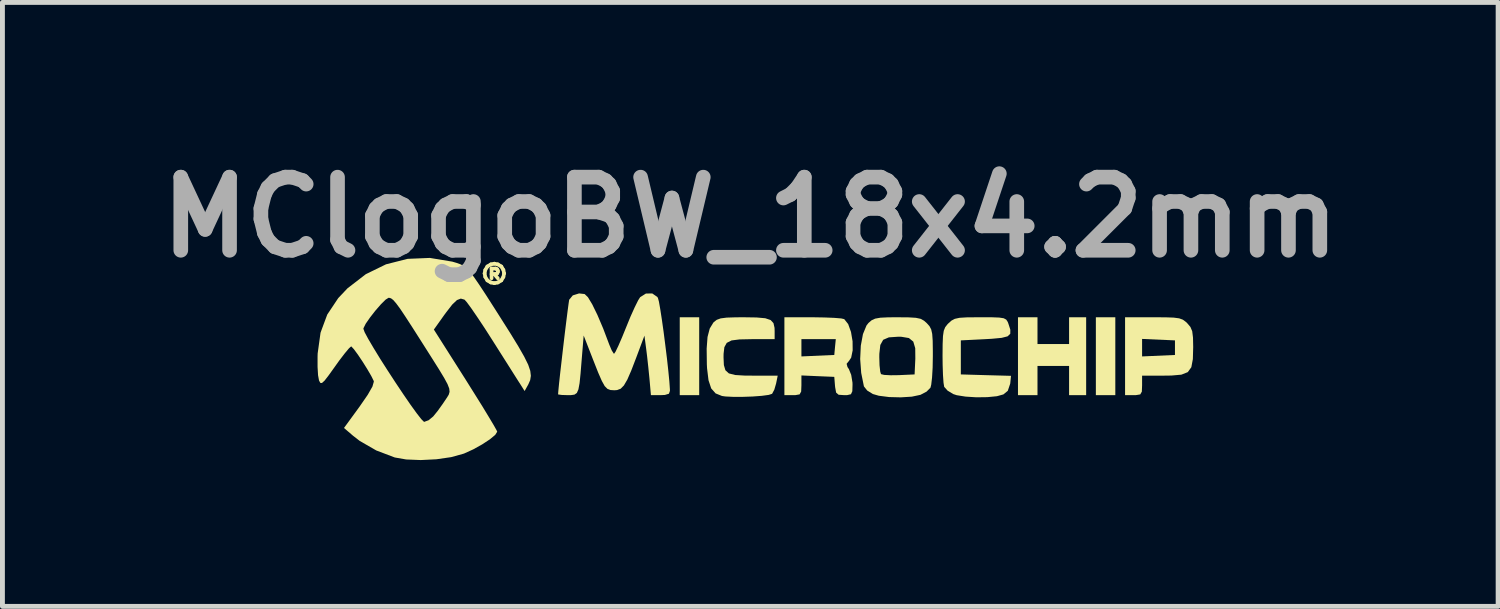
<source format=kicad_pcb>
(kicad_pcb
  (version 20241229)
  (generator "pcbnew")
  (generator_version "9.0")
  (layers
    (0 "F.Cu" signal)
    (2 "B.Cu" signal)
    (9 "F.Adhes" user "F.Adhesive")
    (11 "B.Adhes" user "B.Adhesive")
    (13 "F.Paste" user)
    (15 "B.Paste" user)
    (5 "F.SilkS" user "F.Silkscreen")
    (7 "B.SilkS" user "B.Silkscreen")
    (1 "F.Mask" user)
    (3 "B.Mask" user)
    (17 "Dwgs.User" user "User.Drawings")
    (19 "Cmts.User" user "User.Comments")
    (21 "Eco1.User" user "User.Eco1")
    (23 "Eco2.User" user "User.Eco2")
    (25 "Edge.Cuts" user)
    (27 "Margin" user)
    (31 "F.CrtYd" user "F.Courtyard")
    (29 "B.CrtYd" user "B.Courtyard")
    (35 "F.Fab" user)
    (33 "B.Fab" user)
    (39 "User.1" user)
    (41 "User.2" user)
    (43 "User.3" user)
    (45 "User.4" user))
  (footprint "MClogoBW_18x4.2mm"
    (layer "F.Cu")
    (at 12.436 4.304)
    (property "Reference" "MClogoBW_18x4.2mm" (at -0.1 -2.9 0) (layer "F.Fab") (effects (font (size 1.5 1.5) (thickness 0.3))))
    (attr board_only exclude_from_pos_files exclude_from_bom)
    (fp_poly (pts (xy -1.148 -0.05) (xy -1.148 0.749) (xy -1.347 0.749) (xy -1.547 0.749) (xy -1.547 -0.05) (xy -1.547 -0.848) (xy -1.347 -0.848) (xy -1.148 -0.848)) (stroke (width 0) (type solid)) (fill yes) (layer "F.SilkS"))
    (fp_poly (pts (xy 7.385 -0.05) (xy 7.385 0.749) (xy 7.186 0.749) (xy 6.986 0.749) (xy 6.986 -0.05) (xy 6.986 -0.848) (xy 7.186 -0.848) (xy 7.385 -0.848)) (stroke (width 0) (type solid)) (fill yes) (layer "F.SilkS"))
    (fp_poly (pts (xy 5.789 -0.574) (xy 5.789 -0.299) (xy 6.113 -0.299) (xy 6.437 -0.299) (xy 6.437 -0.574) (xy 6.437 -0.848) (xy 6.612 -0.848) (xy 6.787 -0.848) (xy 6.787 -0.05) (xy 6.787 0.749) (xy 6.612 0.749) (xy 6.437 0.749) (xy 6.437 0.449) (xy 6.437 0.15) (xy 6.113 0.15) (xy 5.789 0.15) (xy 5.789 0.449) (xy 5.789 0.749) (xy 5.589 0.749) (xy 5.389 0.749) (xy 5.389 -0.05) (xy 5.389 -0.848) (xy 5.589 -0.848) (xy 5.789 -0.848)) (stroke (width 0) (type solid)) (fill yes) (layer "F.SilkS"))
    (fp_poly (pts (xy 8.411 -0.847) (xy 8.582 -0.841) (xy 8.694 -0.826) (xy 8.769 -0.799) (xy 8.828 -0.756) (xy 8.86 -0.726) (xy 8.925 -0.649) (xy 8.962 -0.561) (xy 8.978 -0.432) (xy 8.982 -0.238) (xy 8.975 0.01) (xy 8.944 0.176) (xy 8.871 0.277) (xy 8.74 0.329) (xy 8.536 0.347) (xy 8.381 0.349) (xy 7.934 0.349) (xy 7.934 0.549) (xy 7.929 0.677) (xy 7.896 0.734) (xy 7.811 0.748) (xy 7.76 0.749) (xy 7.585 0.749) (xy 7.585 -0.05) (xy 7.585 -0.404) (xy 7.934 -0.404) (xy 7.934 -0.225) (xy 7.934 -0.045) (xy 8.271 -0.06) (xy 8.608 -0.075) (xy 8.608 -0.225) (xy 8.608 -0.374) (xy 8.271 -0.389) (xy 7.934 -0.404) (xy 7.585 -0.404) (xy 7.585 -0.848) (xy 8.161 -0.848)) (stroke (width 0) (type solid)) (fill yes) (layer "F.SilkS"))
    (fp_poly (pts (xy 4.849 -0.848) (xy 5.003 -0.842) (xy 5.096 -0.828) (xy 5.148 -0.8) (xy 5.178 -0.754) (xy 5.193 -0.715) (xy 5.232 -0.593) (xy 5.231 -0.51) (xy 5.176 -0.457) (xy 5.055 -0.426) (xy 4.854 -0.407) (xy 4.715 -0.399) (xy 4.217 -0.374) (xy 4.217 -0.025) (xy 4.217 0.324) (xy 4.731 0.339) (xy 5.246 0.353) (xy 5.23 0.512) (xy 5.18 0.66) (xy 5.09 0.734) (xy 4.957 0.771) (xy 4.761 0.79) (xy 4.535 0.793) (xy 4.314 0.779) (xy 4.132 0.75) (xy 4.062 0.727) (xy 3.946 0.657) (xy 3.876 0.579) (xy 3.875 0.575) (xy 3.862 0.493) (xy 3.851 0.335) (xy 3.844 0.126) (xy 3.842 -0.056) (xy 3.844 -0.299) (xy 3.851 -0.463) (xy 3.867 -0.571) (xy 3.897 -0.645) (xy 3.944 -0.705) (xy 3.965 -0.726) (xy 4.027 -0.781) (xy 4.094 -0.816) (xy 4.191 -0.837) (xy 4.337 -0.846) (xy 4.557 -0.848) (xy 4.615 -0.848)) (stroke (width 0) (type solid)) (fill yes) (layer "F.SilkS"))
    (fp_poly (pts (xy 0.028 -0.844) (xy 0.207 -0.828) (xy 0.317 -0.791) (xy 0.375 -0.728) (xy 0.397 -0.631) (xy 0.399 -0.564) (xy 0.399 -0.399) (xy -0.073 -0.399) (xy -0.32 -0.394) (xy -0.485 -0.373) (xy -0.583 -0.323) (xy -0.632 -0.235) (xy -0.648 -0.098) (xy -0.649 -0.025) (xy -0.642 0.132) (xy -0.611 0.238) (xy -0.54 0.303) (xy -0.411 0.336) (xy -0.21 0.348) (xy -0.042 0.349) (xy 0.462 0.349) (xy 0.429 0.51) (xy 0.392 0.637) (xy 0.347 0.721) (xy 0.346 0.722) (xy 0.277 0.744) (xy 0.135 0.763) (xy -0.052 0.777) (xy -0.257 0.784) (xy -0.453 0.784) (xy -0.612 0.776) (xy -0.681 0.766) (xy -0.812 0.713) (xy -0.902 0.611) (xy -0.957 0.444) (xy -0.987 0.197) (xy -0.991 0.118) (xy -0.995 -0.205) (xy -0.977 -0.445) (xy -0.932 -0.617) (xy -0.859 -0.737) (xy -0.846 -0.751) (xy -0.788 -0.796) (xy -0.708 -0.825) (xy -0.585 -0.841) (xy -0.398 -0.847) (xy -0.235 -0.848)) (stroke (width 0) (type solid)) (fill yes) (layer "F.SilkS"))
    (fp_poly (pts (xy 1.185 -0.848) (xy 1.42 -0.844) (xy 1.621 -0.836) (xy 1.764 -0.824) (xy 1.826 -0.81) (xy 1.907 -0.708) (xy 1.965 -0.546) (xy 1.997 -0.356) (xy 1.999 -0.169) (xy 1.968 -0.019) (xy 1.922 0.049) (xy 1.875 0.106) (xy 1.893 0.173) (xy 1.922 0.216) (xy 1.969 0.333) (xy 1.995 0.492) (xy 1.996 0.535) (xy 1.992 0.669) (xy 1.964 0.73) (xy 1.889 0.748) (xy 1.824 0.749) (xy 1.711 0.741) (xy 1.66 0.697) (xy 1.64 0.588) (xy 1.637 0.561) (xy 1.622 0.374) (xy 1.285 0.36) (xy 0.948 0.345) (xy 0.948 0.547) (xy 0.943 0.675) (xy 0.911 0.733) (xy 0.828 0.748) (xy 0.773 0.749) (xy 0.599 0.749) (xy 0.599 -0.05) (xy 0.599 -0.399) (xy 0.948 -0.399) (xy 0.948 -0.222) (xy 0.948 -0.045) (xy 1.285 -0.06) (xy 1.622 -0.075) (xy 1.637 -0.237) (xy 1.653 -0.399) (xy 1.301 -0.399) (xy 0.948 -0.399) (xy 0.599 -0.399) (xy 0.599 -0.848)) (stroke (width 0) (type solid)) (fill yes) (layer "F.SilkS"))
    (fp_poly (pts (xy 3.145 -0.846) (xy 3.295 -0.837) (xy 3.393 -0.816) (xy 3.463 -0.777) (xy 3.52 -0.726) (xy 3.574 -0.666) (xy 3.609 -0.6) (xy 3.63 -0.507) (xy 3.64 -0.366) (xy 3.643 -0.154) (xy 3.643 -0.049) (xy 3.639 0.185) (xy 3.627 0.388) (xy 3.61 0.535) (xy 3.594 0.597) (xy 3.514 0.677) (xy 3.39 0.742) (xy 3.387 0.743) (xy 3.212 0.78) (xy 2.985 0.794) (xy 2.746 0.788) (xy 2.535 0.761) (xy 2.413 0.726) (xy 2.297 0.654) (xy 2.231 0.571) (xy 2.229 0.566) (xy 2.174 0.293) (xy 2.153 0.008) (xy 2.155 -0.032) (xy 2.545 -0.032) (xy 2.55 0.138) (xy 2.564 0.265) (xy 2.58 0.318) (xy 2.645 0.334) (xy 2.779 0.341) (xy 2.942 0.339) (xy 3.269 0.324) (xy 3.284 0.001) (xy 3.282 -0.214) (xy 3.242 -0.349) (xy 3.152 -0.422) (xy 2.998 -0.448) (xy 2.931 -0.449) (xy 2.741 -0.436) (xy 2.625 -0.386) (xy 2.566 -0.28) (xy 2.546 -0.099) (xy 2.545 -0.032) (xy 2.155 -0.032) (xy 2.166 -0.266) (xy 2.21 -0.503) (xy 2.283 -0.68) (xy 2.323 -0.731) (xy 2.387 -0.786) (xy 2.46 -0.82) (xy 2.567 -0.839) (xy 2.73 -0.847) (xy 2.919 -0.848)) (stroke (width 0) (type solid)) (fill yes) (layer "F.SilkS"))
    (fp_poly (pts (xy -3.497 -1.324) (xy -3.431 -1.261) (xy -3.342 -1.114) (xy -3.235 -0.895) (xy -3.116 -0.615) (xy -2.992 -0.287) (xy -2.942 -0.169) (xy -2.901 -0.104) (xy -2.893 -0.1) (xy -2.863 -0.143) (xy -2.806 -0.262) (xy -2.73 -0.437) (xy -2.649 -0.636) (xy -2.558 -0.859) (xy -2.471 -1.052) (xy -2.4 -1.195) (xy -2.359 -1.26) (xy -2.24 -1.335) (xy -2.11 -1.336) (xy -2.007 -1.265) (xy -1.994 -1.243) (xy -1.974 -1.169) (xy -1.947 -1.016) (xy -1.914 -0.803) (xy -1.878 -0.549) (xy -1.843 -0.276) (xy -1.809 -0.001) (xy -1.781 0.254) (xy -1.76 0.47) (xy -1.749 0.627) (xy -1.748 0.661) (xy -1.769 0.72) (xy -1.852 0.745) (xy -1.942 0.749) (xy -2.138 0.749) (xy -2.168 0.412) (xy -2.191 0.183) (xy -2.217 -0.054) (xy -2.235 -0.198) (xy -2.271 -0.471) (xy -2.438 -0.024) (xy -2.541 0.244) (xy -2.622 0.43) (xy -2.692 0.55) (xy -2.758 0.617) (xy -2.832 0.645) (xy -2.889 0.649) (xy -2.968 0.644) (xy -3.03 0.62) (xy -3.086 0.563) (xy -3.145 0.457) (xy -3.219 0.288) (xy -3.317 0.04) (xy -3.323 0.025) (xy -3.517 -0.474) (xy -3.558 0.025) (xy -3.581 0.306) (xy -3.601 0.503) (xy -3.625 0.631) (xy -3.657 0.704) (xy -3.705 0.738) (xy -3.773 0.748) (xy -3.843 0.749) (xy -3.968 0.745) (xy -4.037 0.735) (xy -4.042 0.732) (xy -4.036 0.656) (xy -4.021 0.503) (xy -3.998 0.292) (xy -3.969 0.041) (xy -3.938 -0.229) (xy -3.906 -0.5) (xy -3.875 -0.752) (xy -3.848 -0.966) (xy -3.827 -1.123) (xy -3.815 -1.203) (xy -3.814 -1.208) (xy -3.74 -1.297) (xy -3.611 -1.337)) (stroke (width 0) (type solid)) (fill yes) (layer "F.SilkS"))
    (fp_poly (pts (xy -6.212 -1.989) (xy -6.127 -1.964) (xy -6.053 -1.938) (xy -5.988 -1.908) (xy -5.925 -1.861) (xy -5.856 -1.788) (xy -5.77 -1.677) (xy -5.661 -1.519) (xy -5.519 -1.303) (xy -5.336 -1.017) (xy -5.242 -0.869) (xy -5.024 -0.525) (xy -4.857 -0.252) (xy -4.736 -0.04) (xy -4.655 0.124) (xy -4.612 0.251) (xy -4.6 0.353) (xy -4.614 0.441) (xy -4.651 0.526) (xy -4.661 0.544) (xy -4.728 0.665) (xy -4.804 0.544) (xy -4.855 0.465) (xy -4.949 0.317) (xy -5.076 0.116) (xy -5.227 -0.122) (xy -5.386 -0.373) (xy -5.548 -0.626) (xy -5.697 -0.85) (xy -5.821 -1.031) (xy -5.912 -1.155) (xy -5.96 -1.209) (xy -5.96 -1.209) (xy -6.036 -1.231) (xy -6.115 -1.201) (xy -6.212 -1.109) (xy -6.34 -0.944) (xy -6.376 -0.895) (xy -6.589 -0.596) (xy -5.939 0.428) (xy -5.759 0.715) (xy -5.597 0.974) (xy -5.463 1.195) (xy -5.362 1.364) (xy -5.303 1.469) (xy -5.29 1.499) (xy -5.331 1.564) (xy -5.442 1.656) (xy -5.599 1.759) (xy -5.78 1.86) (xy -5.962 1.943) (xy -5.981 1.95) (xy -6.233 2.02) (xy -6.537 2.064) (xy -6.858 2.08) (xy -7.157 2.068) (xy -7.391 2.027) (xy -7.77 1.883) (xy -8.109 1.688) (xy -8.247 1.581) (xy -8.432 1.422) (xy -8.111 0.982) (xy -7.946 0.743) (xy -7.849 0.573) (xy -7.82 0.472) (xy -7.822 0.458) (xy -7.872 0.357) (xy -7.953 0.218) (xy -8.05 0.063) (xy -8.147 -0.082) (xy -8.229 -0.193) (xy -8.28 -0.248) (xy -8.286 -0.25) (xy -8.33 -0.211) (xy -8.416 -0.108) (xy -8.531 0.042) (xy -8.613 0.157) (xy -8.744 0.34) (xy -8.83 0.451) (xy -8.884 0.5) (xy -8.917 0.498) (xy -8.941 0.455) (xy -8.945 0.444) (xy -8.964 0.34) (xy -8.974 0.168) (xy -8.974 -0.039) (xy -8.972 -0.106) (xy -8.913 -0.531) (xy -8.884 -0.611) (xy -8.034 -0.611) (xy -8.008 -0.54) (xy -7.935 -0.404) (xy -7.826 -0.219) (xy -7.691 0.002) (xy -7.537 0.243) (xy -7.376 0.49) (xy -7.217 0.728) (xy -7.07 0.942) (xy -6.943 1.118) (xy -6.847 1.241) (xy -6.792 1.296) (xy -6.787 1.297) (xy -6.696 1.263) (xy -6.602 1.185) (xy -6.512 1.074) (xy -6.405 0.925) (xy -6.365 0.865) (xy -6.317 0.794) (xy -6.283 0.737) (xy -6.267 0.681) (xy -6.274 0.614) (xy -6.309 0.523) (xy -6.377 0.397) (xy -6.482 0.223) (xy -6.63 -0.012) (xy -6.825 -0.319) (xy -6.828 -0.324) (xy -7.021 -0.627) (xy -7.17 -0.857) (xy -7.28 -1.022) (xy -7.362 -1.133) (xy -7.421 -1.201) (xy -7.467 -1.236) (xy -7.505 -1.247) (xy -7.517 -1.248) (xy -7.578 -1.21) (xy -7.675 -1.114) (xy -7.789 -0.983) (xy -7.899 -0.842) (xy -7.987 -0.715) (xy -8.032 -0.625) (xy -8.034 -0.611) (xy -8.884 -0.611) (xy -8.775 -0.904) (xy -8.55 -1.241) (xy -8.36 -1.442) (xy -7.984 -1.732) (xy -7.57 -1.934) (xy -7.128 -2.046) (xy -6.672 -2.065)) (stroke (width 0) (type solid)) (fill yes) (layer "F.SilkS"))
    (fp_text user "®" (at -5.349 -1.739 0) (unlocked yes) (layer "F.SilkS") (effects (font (size 0.3 0.3) (thickness 0.075)))))
  (gr_rect
    (start -3 -3)
    (end 27.671 9.384)
    (stroke (width 0.1) (type default))
    (fill no)
    (layer "Edge.Cuts")))
</source>
